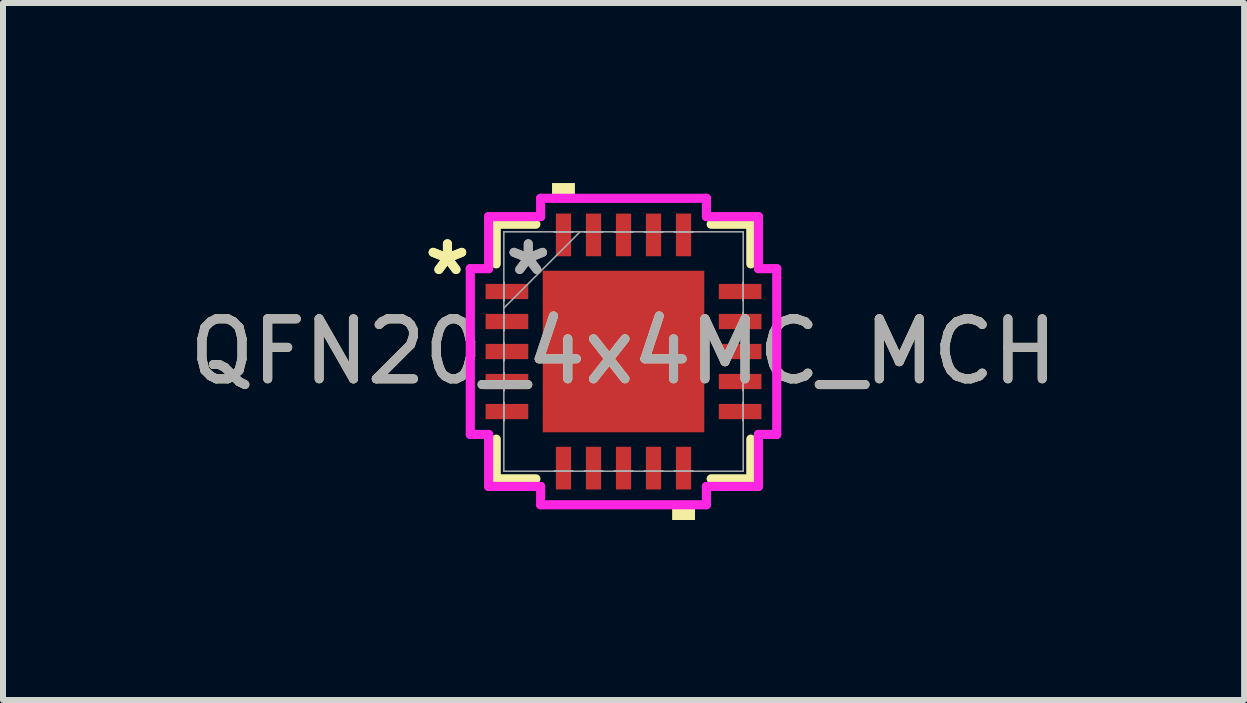
<source format=kicad_pcb>
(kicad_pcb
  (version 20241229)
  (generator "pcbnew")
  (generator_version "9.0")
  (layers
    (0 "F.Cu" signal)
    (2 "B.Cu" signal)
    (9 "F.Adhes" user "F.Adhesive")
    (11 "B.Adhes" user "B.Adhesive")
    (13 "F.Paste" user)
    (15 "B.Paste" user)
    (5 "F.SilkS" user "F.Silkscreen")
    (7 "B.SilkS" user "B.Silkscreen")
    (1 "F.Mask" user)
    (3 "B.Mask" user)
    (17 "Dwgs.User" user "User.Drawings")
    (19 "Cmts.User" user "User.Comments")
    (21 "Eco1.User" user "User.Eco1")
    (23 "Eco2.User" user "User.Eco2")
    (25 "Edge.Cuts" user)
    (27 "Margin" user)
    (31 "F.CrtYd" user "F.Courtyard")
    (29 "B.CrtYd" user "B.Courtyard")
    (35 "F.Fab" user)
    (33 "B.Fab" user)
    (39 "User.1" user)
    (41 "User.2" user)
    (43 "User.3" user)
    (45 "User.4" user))
  (footprint "QFN20_4x4MC_MCH"
    (layer "F.Cu")
    (at 7.339 2.807)
    (property "Reference" "QFN20_4x4MC_MCH" (at 0 0 0) (unlocked yes) (layer "F.SilkS") (effects (font (size 1 1) (thickness 0.15))))
    (attr smd)
    (fp_line (start -2.121 -2.121) (end -2.121 -1.46) (stroke (width 0.152) (type solid)) (layer "F.SilkS"))
    (fp_line (start -2.121 1.46) (end -2.121 2.121) (stroke (width 0.152) (type solid)) (layer "F.SilkS"))
    (fp_line (start -2.121 2.121) (end -1.46 2.121) (stroke (width 0.152) (type solid)) (layer "F.SilkS"))
    (fp_line (start -1.46 -2.121) (end -2.121 -2.121) (stroke (width 0.152) (type solid)) (layer "F.SilkS"))
    (fp_line (start 1.46 2.121) (end 2.121 2.121) (stroke (width 0.152) (type solid)) (layer "F.SilkS"))
    (fp_line (start 2.121 -2.121) (end 1.46 -2.121) (stroke (width 0.152) (type solid)) (layer "F.SilkS"))
    (fp_line (start 2.121 -1.46) (end 2.121 -2.121) (stroke (width 0.152) (type solid)) (layer "F.SilkS"))
    (fp_line (start 2.121 2.121) (end 2.121 1.46) (stroke (width 0.152) (type solid)) (layer "F.SilkS"))
    (fp_poly (pts (xy -1.191 -2.553) (xy -1.191 -2.807) (xy -0.81 -2.807) (xy -0.81 -2.553)) (stroke (width 0) (type solid)) (fill yes) (layer "F.SilkS"))
    (fp_poly (pts (xy 0.81 2.553) (xy 0.81 2.807) (xy 1.191 2.807) (xy 1.191 2.553)) (stroke (width 0) (type solid)) (fill yes) (layer "F.SilkS"))
    (fp_poly (pts (xy -1.246 -1.246) (xy -1.246 -0.1) (xy -0.1 -0.1) (xy -0.1 -1.246)) (stroke (width 0) (type solid)) (fill yes) (layer "F.Paste"))
    (fp_poly (pts (xy -1.246 0.1) (xy -1.246 1.246) (xy -0.1 1.246) (xy -0.1 0.1)) (stroke (width 0) (type solid)) (fill yes) (layer "F.Paste"))
    (fp_poly (pts (xy 0.1 -1.246) (xy 0.1 -0.1) (xy 1.246 -0.1) (xy 1.246 -1.246)) (stroke (width 0) (type solid)) (fill yes) (layer "F.Paste"))
    (fp_poly (pts (xy 0.1 0.1) (xy 0.1 1.246) (xy 1.246 1.246) (xy 1.246 0.1)) (stroke (width 0) (type solid)) (fill yes) (layer "F.Paste"))
    (fp_line (start -2.553 -1.381) (end -2.248 -1.381) (stroke (width 0.152) (type solid)) (layer "F.CrtYd"))
    (fp_line (start -2.553 1.381) (end -2.553 -1.381) (stroke (width 0.152) (type solid)) (layer "F.CrtYd"))
    (fp_line (start -2.248 -2.248) (end -1.381 -2.248) (stroke (width 0.152) (type solid)) (layer "F.CrtYd"))
    (fp_line (start -2.248 -1.381) (end -2.248 -2.248) (stroke (width 0.152) (type solid)) (layer "F.CrtYd"))
    (fp_line (start -2.248 1.381) (end -2.553 1.381) (stroke (width 0.152) (type solid)) (layer "F.CrtYd"))
    (fp_line (start -2.248 2.248) (end -2.248 1.381) (stroke (width 0.152) (type solid)) (layer "F.CrtYd"))
    (fp_line (start -1.381 -2.553) (end 1.381 -2.553) (stroke (width 0.152) (type solid)) (layer "F.CrtYd"))
    (fp_line (start -1.381 -2.248) (end -1.381 -2.553) (stroke (width 0.152) (type solid)) (layer "F.CrtYd"))
    (fp_line (start -1.381 2.248) (end -2.248 2.248) (stroke (width 0.152) (type solid)) (layer "F.CrtYd"))
    (fp_line (start -1.381 2.553) (end -1.381 2.248) (stroke (width 0.152) (type solid)) (layer "F.CrtYd"))
    (fp_line (start 1.381 -2.553) (end 1.381 -2.248) (stroke (width 0.152) (type solid)) (layer "F.CrtYd"))
    (fp_line (start 1.381 -2.248) (end 2.248 -2.248) (stroke (width 0.152) (type solid)) (layer "F.CrtYd"))
    (fp_line (start 1.381 2.248) (end 1.381 2.553) (stroke (width 0.152) (type solid)) (layer "F.CrtYd"))
    (fp_line (start 1.381 2.553) (end -1.381 2.553) (stroke (width 0.152) (type solid)) (layer "F.CrtYd"))
    (fp_line (start 2.248 -2.248) (end 2.248 -1.381) (stroke (width 0.152) (type solid)) (layer "F.CrtYd"))
    (fp_line (start 2.248 -1.381) (end 2.553 -1.381) (stroke (width 0.152) (type solid)) (layer "F.CrtYd"))
    (fp_line (start 2.248 1.381) (end 2.248 2.248) (stroke (width 0.152) (type solid)) (layer "F.CrtYd"))
    (fp_line (start 2.248 2.248) (end 1.381 2.248) (stroke (width 0.152) (type solid)) (layer "F.CrtYd"))
    (fp_line (start 2.553 -1.381) (end 2.553 1.381) (stroke (width 0.152) (type solid)) (layer "F.CrtYd"))
    (fp_line (start 2.553 1.381) (end 2.248 1.381) (stroke (width 0.152) (type solid)) (layer "F.CrtYd"))
    (fp_line (start -1.994 -1.994) (end -1.994 -1.994) (stroke (width 0.025) (type solid)) (layer "F.Fab"))
    (fp_line (start -1.994 -1.994) (end -1.994 1.994) (stroke (width 0.025) (type solid)) (layer "F.Fab"))
    (fp_line (start -1.994 -1.152) (end -1.994 -1.152) (stroke (width 0.025) (type solid)) (layer "F.Fab"))
    (fp_line (start -1.994 -1.152) (end -1.994 -0.848) (stroke (width 0.025) (type solid)) (layer "F.Fab"))
    (fp_line (start -1.994 -0.848) (end -1.994 -1.152) (stroke (width 0.025) (type solid)) (layer "F.Fab"))
    (fp_line (start -1.994 -0.848) (end -1.994 -0.848) (stroke (width 0.025) (type solid)) (layer "F.Fab"))
    (fp_line (start -1.994 -0.724) (end -0.724 -1.994) (stroke (width 0.025) (type solid)) (layer "F.Fab"))
    (fp_line (start -1.994 -0.652) (end -1.994 -0.652) (stroke (width 0.025) (type solid)) (layer "F.Fab"))
    (fp_line (start -1.994 -0.652) (end -1.994 -0.348) (stroke (width 0.025) (type solid)) (layer "F.Fab"))
    (fp_line (start -1.994 -0.348) (end -1.994 -0.652) (stroke (width 0.025) (type solid)) (layer "F.Fab"))
    (fp_line (start -1.994 -0.348) (end -1.994 -0.348) (stroke (width 0.025) (type solid)) (layer "F.Fab"))
    (fp_line (start -1.994 -0.152) (end -1.994 -0.152) (stroke (width 0.025) (type solid)) (layer "F.Fab"))
    (fp_line (start -1.994 -0.152) (end -1.994 0.152) (stroke (width 0.025) (type solid)) (layer "F.Fab"))
    (fp_line (start -1.994 0.152) (end -1.994 -0.152) (stroke (width 0.025) (type solid)) (layer "F.Fab"))
    (fp_line (start -1.994 0.152) (end -1.994 0.152) (stroke (width 0.025) (type solid)) (layer "F.Fab"))
    (fp_line (start -1.994 0.348) (end -1.994 0.348) (stroke (width 0.025) (type solid)) (layer "F.Fab"))
    (fp_line (start -1.994 0.348) (end -1.994 0.652) (stroke (width 0.025) (type solid)) (layer "F.Fab"))
    (fp_line (start -1.994 0.652) (end -1.994 0.348) (stroke (width 0.025) (type solid)) (layer "F.Fab"))
    (fp_line (start -1.994 0.652) (end -1.994 0.652) (stroke (width 0.025) (type solid)) (layer "F.Fab"))
    (fp_line (start -1.994 0.848) (end -1.994 0.848) (stroke (width 0.025) (type solid)) (layer "F.Fab"))
    (fp_line (start -1.994 0.848) (end -1.994 1.152) (stroke (width 0.025) (type solid)) (layer "F.Fab"))
    (fp_line (start -1.994 1.152) (end -1.994 0.848) (stroke (width 0.025) (type solid)) (layer "F.Fab"))
    (fp_line (start -1.994 1.152) (end -1.994 1.152) (stroke (width 0.025) (type solid)) (layer "F.Fab"))
    (fp_line (start -1.994 1.994) (end -1.994 1.994) (stroke (width 0.025) (type solid)) (layer "F.Fab"))
    (fp_line (start -1.994 1.994) (end 1.994 1.994) (stroke (width 0.025) (type solid)) (layer "F.Fab"))
    (fp_line (start -1.152 -1.994) (end -1.152 -1.994) (stroke (width 0.025) (type solid)) (layer "F.Fab"))
    (fp_line (start -1.152 -1.994) (end -0.848 -1.994) (stroke (width 0.025) (type solid)) (layer "F.Fab"))
    (fp_line (start -1.152 1.994) (end -1.152 1.994) (stroke (width 0.025) (type solid)) (layer "F.Fab"))
    (fp_line (start -1.152 1.994) (end -0.848 1.994) (stroke (width 0.025) (type solid)) (layer "F.Fab"))
    (fp_line (start -0.848 -1.994) (end -1.152 -1.994) (stroke (width 0.025) (type solid)) (layer "F.Fab"))
    (fp_line (start -0.848 -1.994) (end -0.848 -1.994) (stroke (width 0.025) (type solid)) (layer "F.Fab"))
    (fp_line (start -0.848 1.994) (end -1.152 1.994) (stroke (width 0.025) (type solid)) (layer "F.Fab"))
    (fp_line (start -0.848 1.994) (end -0.848 1.994) (stroke (width 0.025) (type solid)) (layer "F.Fab"))
    (fp_line (start -0.652 -1.994) (end -0.652 -1.994) (stroke (width 0.025) (type solid)) (layer "F.Fab"))
    (fp_line (start -0.652 -1.994) (end -0.348 -1.994) (stroke (width 0.025) (type solid)) (layer "F.Fab"))
    (fp_line (start -0.652 1.994) (end -0.652 1.994) (stroke (width 0.025) (type solid)) (layer "F.Fab"))
    (fp_line (start -0.652 1.994) (end -0.348 1.994) (stroke (width 0.025) (type solid)) (layer "F.Fab"))
    (fp_line (start -0.348 -1.994) (end -0.652 -1.994) (stroke (width 0.025) (type solid)) (layer "F.Fab"))
    (fp_line (start -0.348 -1.994) (end -0.348 -1.994) (stroke (width 0.025) (type solid)) (layer "F.Fab"))
    (fp_line (start -0.348 1.994) (end -0.652 1.994) (stroke (width 0.025) (type solid)) (layer "F.Fab"))
    (fp_line (start -0.348 1.994) (end -0.348 1.994) (stroke (width 0.025) (type solid)) (layer "F.Fab"))
    (fp_line (start -0.152 -1.994) (end -0.152 -1.994) (stroke (width 0.025) (type solid)) (layer "F.Fab"))
    (fp_line (start -0.152 -1.994) (end 0.152 -1.994) (stroke (width 0.025) (type solid)) (layer "F.Fab"))
    (fp_line (start -0.152 1.994) (end -0.152 1.994) (stroke (width 0.025) (type solid)) (layer "F.Fab"))
    (fp_line (start -0.152 1.994) (end 0.152 1.994) (stroke (width 0.025) (type solid)) (layer "F.Fab"))
    (fp_line (start 0.152 -1.994) (end -0.152 -1.994) (stroke (width 0.025) (type solid)) (layer "F.Fab"))
    (fp_line (start 0.152 -1.994) (end 0.152 -1.994) (stroke (width 0.025) (type solid)) (layer "F.Fab"))
    (fp_line (start 0.152 1.994) (end -0.152 1.994) (stroke (width 0.025) (type solid)) (layer "F.Fab"))
    (fp_line (start 0.152 1.994) (end 0.152 1.994) (stroke (width 0.025) (type solid)) (layer "F.Fab"))
    (fp_line (start 0.348 -1.994) (end 0.348 -1.994) (stroke (width 0.025) (type solid)) (layer "F.Fab"))
    (fp_line (start 0.348 -1.994) (end 0.652 -1.994) (stroke (width 0.025) (type solid)) (layer "F.Fab"))
    (fp_line (start 0.348 1.994) (end 0.348 1.994) (stroke (width 0.025) (type solid)) (layer "F.Fab"))
    (fp_line (start 0.348 1.994) (end 0.652 1.994) (stroke (width 0.025) (type solid)) (layer "F.Fab"))
    (fp_line (start 0.652 -1.994) (end 0.348 -1.994) (stroke (width 0.025) (type solid)) (layer "F.Fab"))
    (fp_line (start 0.652 -1.994) (end 0.652 -1.994) (stroke (width 0.025) (type solid)) (layer "F.Fab"))
    (fp_line (start 0.652 1.994) (end 0.348 1.994) (stroke (width 0.025) (type solid)) (layer "F.Fab"))
    (fp_line (start 0.652 1.994) (end 0.652 1.994) (stroke (width 0.025) (type solid)) (layer "F.Fab"))
    (fp_line (start 0.848 -1.994) (end 0.848 -1.994) (stroke (width 0.025) (type solid)) (layer "F.Fab"))
    (fp_line (start 0.848 -1.994) (end 1.152 -1.994) (stroke (width 0.025) (type solid)) (layer "F.Fab"))
    (fp_line (start 0.848 1.994) (end 0.848 1.994) (stroke (width 0.025) (type solid)) (layer "F.Fab"))
    (fp_line (start 0.848 1.994) (end 1.152 1.994) (stroke (width 0.025) (type solid)) (layer "F.Fab"))
    (fp_line (start 1.152 -1.994) (end 0.848 -1.994) (stroke (width 0.025) (type solid)) (layer "F.Fab"))
    (fp_line (start 1.152 -1.994) (end 1.152 -1.994) (stroke (width 0.025) (type solid)) (layer "F.Fab"))
    (fp_line (start 1.152 1.994) (end 0.848 1.994) (stroke (width 0.025) (type solid)) (layer "F.Fab"))
    (fp_line (start 1.152 1.994) (end 1.152 1.994) (stroke (width 0.025) (type solid)) (layer "F.Fab"))
    (fp_line (start 1.994 -1.994) (end -1.994 -1.994) (stroke (width 0.025) (type solid)) (layer "F.Fab"))
    (fp_line (start 1.994 -1.994) (end 1.994 -1.994) (stroke (width 0.025) (type solid)) (layer "F.Fab"))
    (fp_line (start 1.994 -1.152) (end 1.994 -1.152) (stroke (width 0.025) (type solid)) (layer "F.Fab"))
    (fp_line (start 1.994 -1.152) (end 1.994 -0.848) (stroke (width 0.025) (type solid)) (layer "F.Fab"))
    (fp_line (start 1.994 -0.848) (end 1.994 -1.152) (stroke (width 0.025) (type solid)) (layer "F.Fab"))
    (fp_line (start 1.994 -0.848) (end 1.994 -0.848) (stroke (width 0.025) (type solid)) (layer "F.Fab"))
    (fp_line (start 1.994 -0.652) (end 1.994 -0.652) (stroke (width 0.025) (type solid)) (layer "F.Fab"))
    (fp_line (start 1.994 -0.652) (end 1.994 -0.348) (stroke (width 0.025) (type solid)) (layer "F.Fab"))
    (fp_line (start 1.994 -0.348) (end 1.994 -0.652) (stroke (width 0.025) (type solid)) (layer "F.Fab"))
    (fp_line (start 1.994 -0.348) (end 1.994 -0.348) (stroke (width 0.025) (type solid)) (layer "F.Fab"))
    (fp_line (start 1.994 -0.152) (end 1.994 -0.152) (stroke (width 0.025) (type solid)) (layer "F.Fab"))
    (fp_line (start 1.994 -0.152) (end 1.994 0.152) (stroke (width 0.025) (type solid)) (layer "F.Fab"))
    (fp_line (start 1.994 0.152) (end 1.994 -0.152) (stroke (width 0.025) (type solid)) (layer "F.Fab"))
    (fp_line (start 1.994 0.152) (end 1.994 0.152) (stroke (width 0.025) (type solid)) (layer "F.Fab"))
    (fp_line (start 1.994 0.348) (end 1.994 0.348) (stroke (width 0.025) (type solid)) (layer "F.Fab"))
    (fp_line (start 1.994 0.348) (end 1.994 0.652) (stroke (width 0.025) (type solid)) (layer "F.Fab"))
    (fp_line (start 1.994 0.652) (end 1.994 0.348) (stroke (width 0.025) (type solid)) (layer "F.Fab"))
    (fp_line (start 1.994 0.652) (end 1.994 0.652) (stroke (width 0.025) (type solid)) (layer "F.Fab"))
    (fp_line (start 1.994 0.848) (end 1.994 0.848) (stroke (width 0.025) (type solid)) (layer "F.Fab"))
    (fp_line (start 1.994 0.848) (end 1.994 1.152) (stroke (width 0.025) (type solid)) (layer "F.Fab"))
    (fp_line (start 1.994 1.152) (end 1.994 0.848) (stroke (width 0.025) (type solid)) (layer "F.Fab"))
    (fp_line (start 1.994 1.152) (end 1.994 1.152) (stroke (width 0.025) (type solid)) (layer "F.Fab"))
    (fp_line (start 1.994 1.994) (end 1.994 -1.994) (stroke (width 0.025) (type solid)) (layer "F.Fab"))
    (fp_line (start 1.994 1.994) (end 1.994 1.994) (stroke (width 0.025) (type solid)) (layer "F.Fab"))
    (fp_text user "*" (at -2.934 -1.25 0) (unlocked yes) (layer "F.SilkS") (effects (font (size 1 1) (thickness 0.15))))
    (fp_text user "*" (at -2.934 -1.25 0) (layer "F.SilkS") (effects (font (size 1 1) (thickness 0.15))))
    (fp_text user "*" (at -1.587 -1.25 0) (layer "F.Fab") (effects (font (size 1 1) (thickness 0.15))))
    (fp_text user "${REFERENCE}" (at 0 0 0) (unlocked yes) (layer "F.Fab") (effects (font (size 1 1) (thickness 0.15))))
    (fp_text user "*" (at -1.587 -1.25 0) (unlocked yes) (layer "F.Fab") (effects (font (size 1 1) (thickness 0.15))))
    (pad "1" smd rect (at -1.943 -1 90) (size 0.254 0.711) (layers "F.Cu" "F.Mask" "F.Paste"))
    (pad "2" smd rect (at -1.943 -0.5 90) (size 0.254 0.711) (layers "F.Cu" "F.Mask" "F.Paste"))
    (pad "3" smd rect (at -1.943 0 90) (size 0.254 0.711) (layers "F.Cu" "F.Mask" "F.Paste"))
    (pad "4" smd rect (at -1.943 0.5 90) (size 0.254 0.711) (layers "F.Cu" "F.Mask" "F.Paste"))
    (pad "5" smd rect (at -1.943 1 90) (size 0.254 0.711) (layers "F.Cu" "F.Mask" "F.Paste"))
    (pad "6" smd rect (at -1 1.943) (size 0.254 0.711) (layers "F.Cu" "F.Mask" "F.Paste"))
    (pad "7" smd rect (at -0.5 1.943) (size 0.254 0.711) (layers "F.Cu" "F.Mask" "F.Paste"))
    (pad "8" smd rect (at 0 1.943) (size 0.254 0.711) (layers "F.Cu" "F.Mask" "F.Paste"))
    (pad "9" smd rect (at 0.5 1.943) (size 0.254 0.711) (layers "F.Cu" "F.Mask" "F.Paste"))
    (pad "10" smd rect (at 1 1.943) (size 0.254 0.711) (layers "F.Cu" "F.Mask" "F.Paste"))
    (pad "11" smd rect (at 1.943 1 90) (size 0.254 0.711) (layers "F.Cu" "F.Mask" "F.Paste"))
    (pad "12" smd rect (at 1.943 0.5 90) (size 0.254 0.711) (layers "F.Cu" "F.Mask" "F.Paste"))
    (pad "13" smd rect (at 1.943 0 90) (size 0.254 0.711) (layers "F.Cu" "F.Mask" "F.Paste"))
    (pad "14" smd rect (at 1.943 -0.5 90) (size 0.254 0.711) (layers "F.Cu" "F.Mask" "F.Paste"))
    (pad "15" smd rect (at 1.943 -1 90) (size 0.254 0.711) (layers "F.Cu" "F.Mask" "F.Paste"))
    (pad "16" smd rect (at 1 -1.943) (size 0.254 0.711) (layers "F.Cu" "F.Mask" "F.Paste"))
    (pad "17" smd rect (at 0.5 -1.943) (size 0.254 0.711) (layers "F.Cu" "F.Mask" "F.Paste"))
    (pad "18" smd rect (at 0 -1.943) (size 0.254 0.711) (layers "F.Cu" "F.Mask" "F.Paste"))
    (pad "19" smd rect (at -0.5 -1.943) (size 0.254 0.711) (layers "F.Cu" "F.Mask" "F.Paste"))
    (pad "20" smd rect (at -1 -1.943) (size 0.254 0.711) (layers "F.Cu" "F.Mask" "F.Paste"))
    (pad "21" smd rect (at 0 0) (size 2.692 2.692) (layers "F.Cu" "F.Mask" "F.Paste")))
  (gr_rect
    (start -3 -3)
    (end 17.679 8.613)
    (stroke (width 0.1) (type default))
    (fill no)
    (layer "Edge.Cuts")))
</source>
